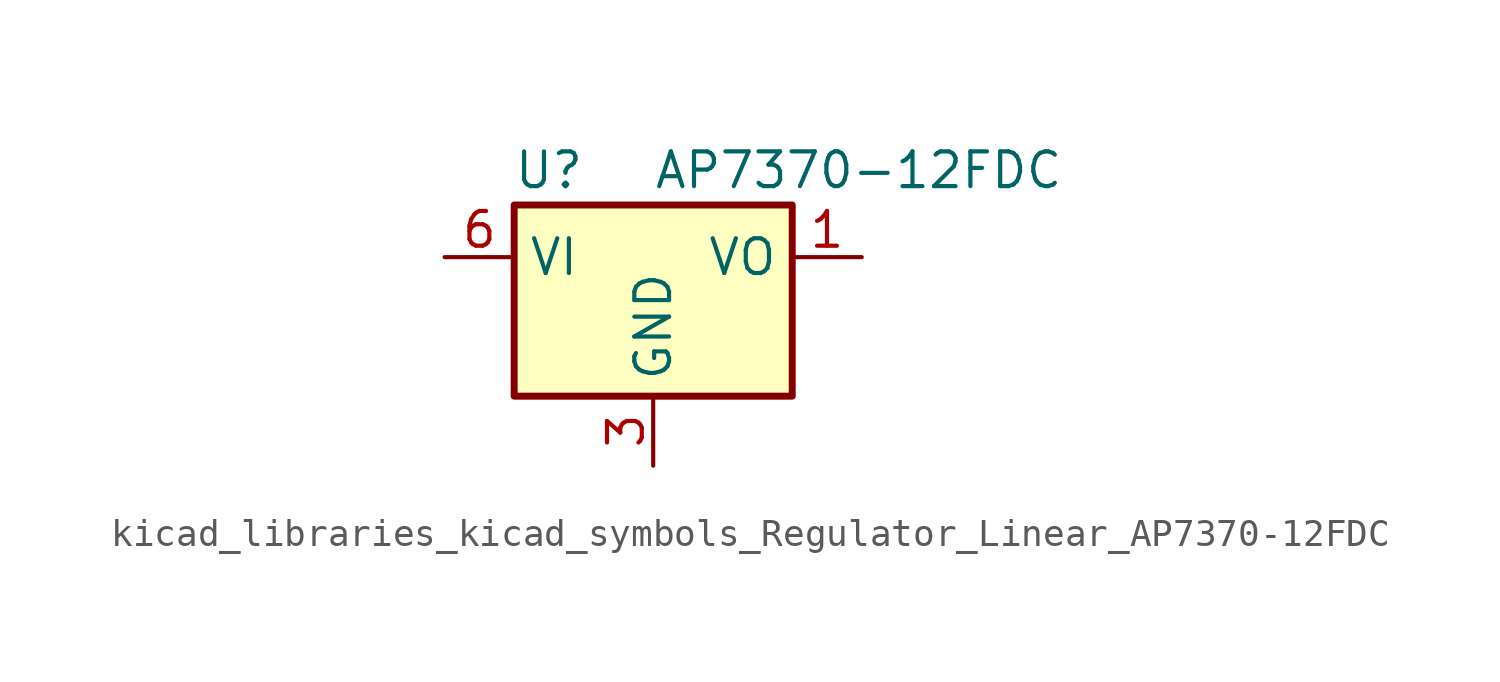
<source format=kicad_sym>
(kicad_symbol_lib
  (version 20220914)
  (generator kicad_symbol_editor)
  (symbol "kicad_libraries_kicad_symbols_Regulator_Linear_AP7370-12FDC"
    (property "Reference" "U"
      (at -3.81 3.175 0)
      (effects (font (size 1.27 1.27))))
    (property "Value" "AP7370-12FDC"
      (at 0 3.175 0)
      (effects (font (size 1.27 1.27)) (justify left)))
    (symbol "kicad_libraries_kicad_symbols_Regulator_Linear_AP7370-12FDC_0_1"
      (rectangle (start -5.08 -5.08) (end 5.08 1.905) (stroke (width 0.254) (type default)) (fill (type background))))
    (symbol "kicad_libraries_kicad_symbols_Regulator_Linear_AP7370-12FDC_1_1"
      (pin power_out line (at 7.62 0 180) (length 2.54) (name "VO" (effects (font (size 1.27 1.27)))) (number "1" (effects (font (size 1.27 1.27)))))
      (pin no_connect line (at -5.08 -2.54 0) (length 2.54) hide (name "NC" (effects (font (size 1.27 1.27)))) (number "2" (effects (font (size 1.27 1.27)))))
      (pin power_in line (at 0 -7.62 90) (length 2.54) (name "GND" (effects (font (size 1.27 1.27)))) (number "3" (effects (font (size 1.27 1.27)))))
      (pin no_connect line (at 5.08 -2.54 180) (length 2.54) hide (name "NC" (effects (font (size 1.27 1.27)))) (number "4" (effects (font (size 1.27 1.27)))))
      (pin no_connect line (at -5.08 -5.08 0) (length 2.54) hide (name "NC" (effects (font (size 1.27 1.27)))) (number "5" (effects (font (size 1.27 1.27)))))
      (pin power_in line (at -7.62 0 0) (length 2.54) (name "VI" (effects (font (size 1.27 1.27)))) (number "6" (effects (font (size 1.27 1.27)))))
      (pin passive line (at 0 -7.62 90) (length 2.54) hide (name "GND" (effects (font (size 1.27 1.27)))) (number "7" (effects (font (size 1.27 1.27))))))))
</source>
